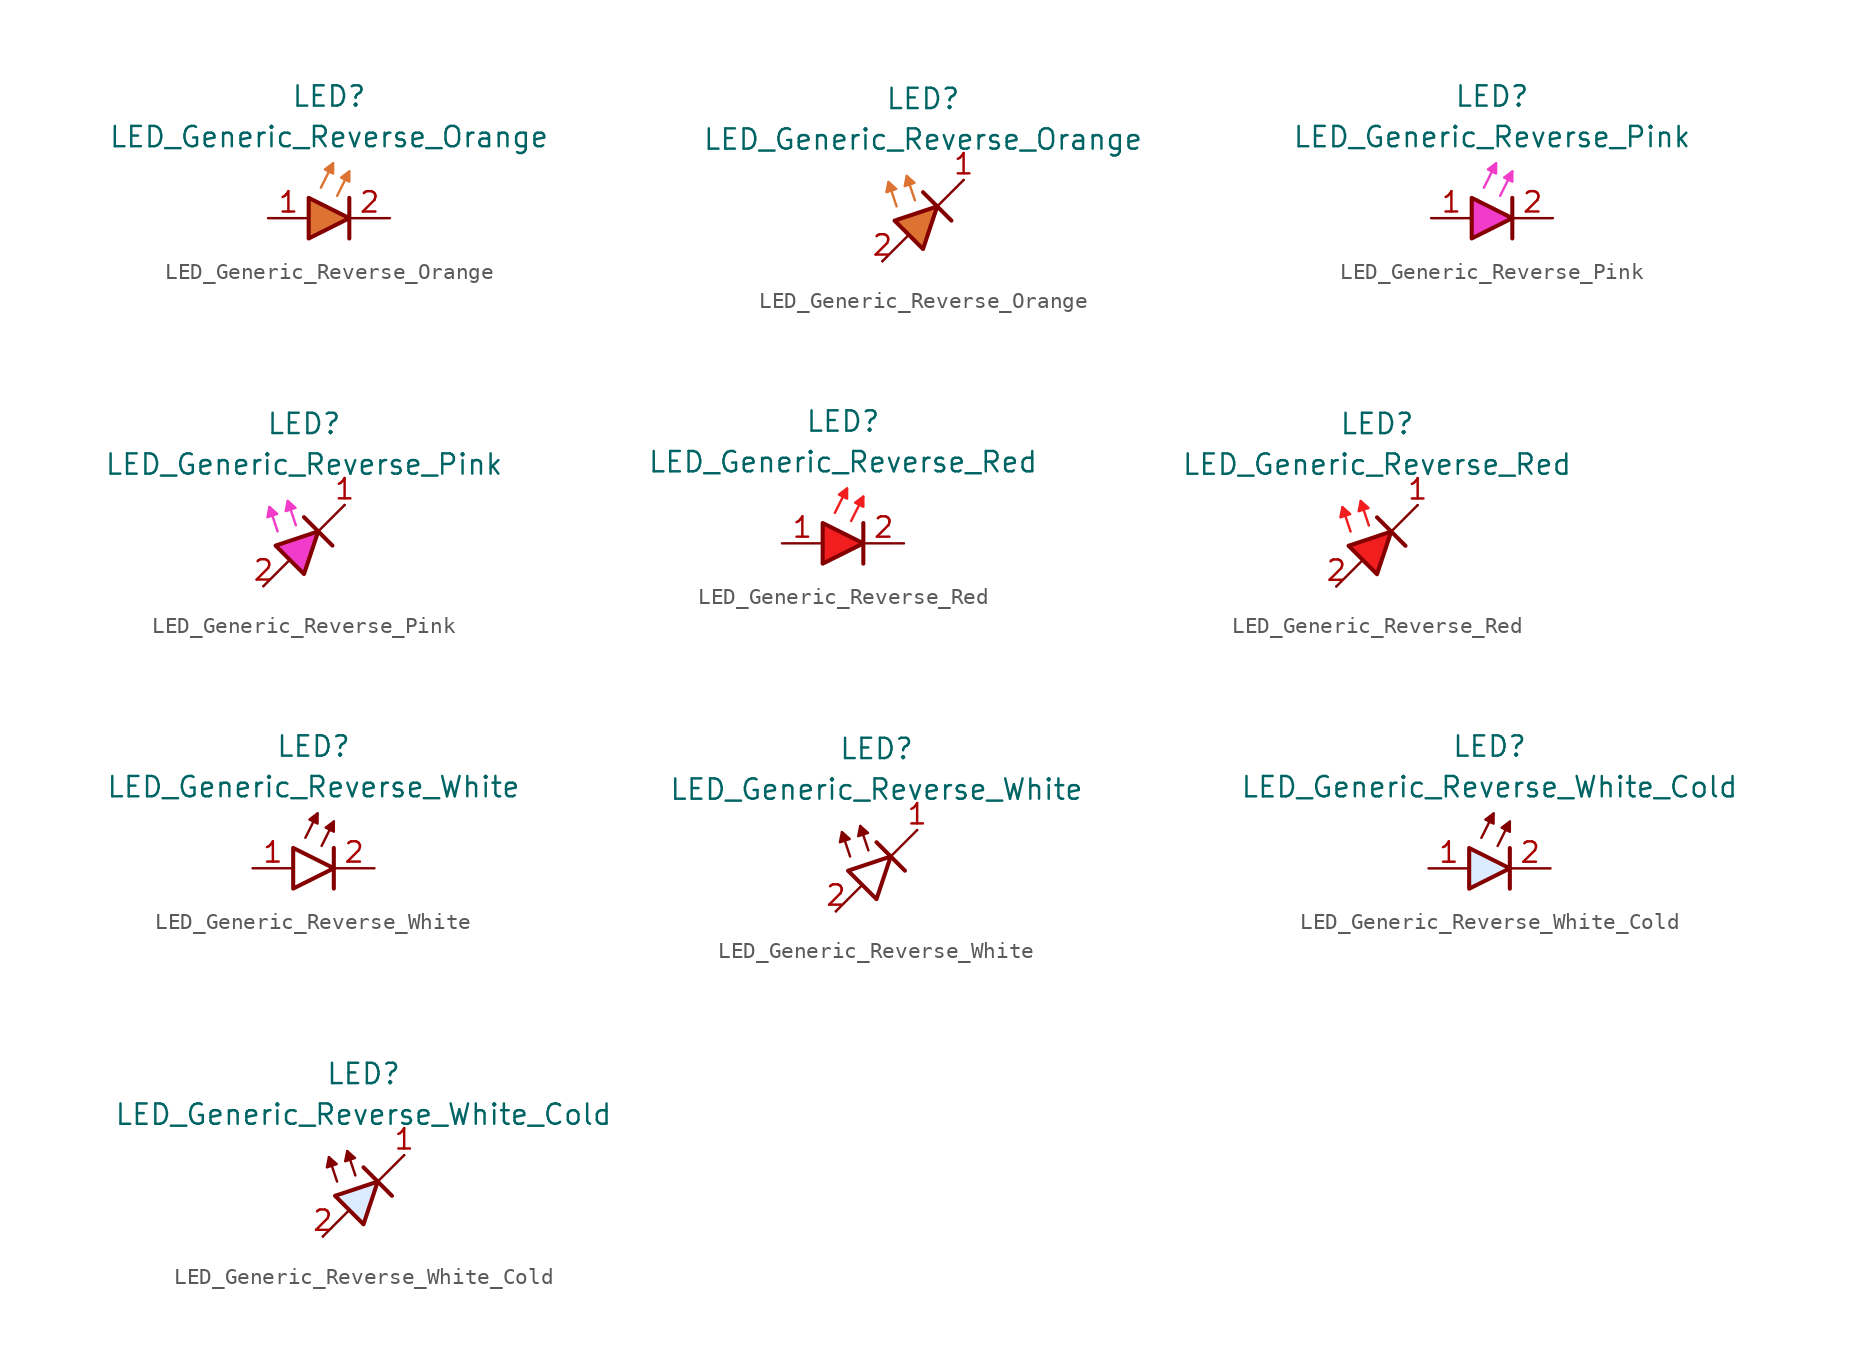
<source format=kicad_sym>
(kicad_symbol_lib
  (version 20231120)
  (generator "kicad_symbol_editor")
  (generator_version "8.0")
  (symbol "LED_Generic_Reverse_Orange"
    (pin_names
      (offset 1.016) hide)
    (property "Reference" "LED"
      (at 0 7.62 0)
      (effects (font (size 1.27 1.27))))
    (property "Value" "LED_Generic_Reverse_Orange"
      (at 0 5.08 0)
      (effects (font (size 1.27 1.27))))
    (symbol "LED_Generic_Reverse_Orange_0_1"
      (polyline (pts (xy -0.508 1.905) (xy 0.254 3.429)) (stroke (width 0.152) (type default) (color 220 115 50 1)) (fill (type none)))
      (polyline (pts (xy 0.508 1.397) (xy 1.27 2.921)) (stroke (width 0.152) (type default) (color 220 115 50 1)) (fill (type none)))
      (polyline (pts (xy 1.27 1.27) (xy 1.27 -1.27)) (stroke (width 0.254) (type default)) (fill (type none)))
      (polyline (pts (xy -1.27 1.27) (xy -1.27 -1.27) (xy 1.27 0) (xy -1.27 1.27)) (stroke (width 0.254) (type default)) (fill (type color) (color 220 115 50 1)))
      (polyline (pts (xy 1.27 2.286) (xy 0.762 2.54) (xy 1.27 2.921) (xy 1.27 2.286)) (stroke (width 0.152) (type default) (color 220 115 50 1)) (fill (type outline))))
    (symbol "LED_Generic_Reverse_Orange_0_2"
      (polyline (pts (xy -2.54 -2.54) (xy -0.889 -0.889)) (stroke (width 0) (type default)) (fill (type none)))
      (polyline (pts (xy -1.651 0.889) (xy -2.159 2.413)) (stroke (width 0) (type default) (color 220 115 50 1)) (fill (type none)))
      (polyline (pts (xy -0.508 1.27) (xy -1.016 2.794)) (stroke (width 0) (type default) (color 220 115 50 1)) (fill (type none)))
      (polyline (pts (xy 0 1.778) (xy 1.778 0)) (stroke (width 0.254) (type default)) (fill (type none)))
      (polyline (pts (xy 0.889 0.889) (xy 2.54 2.54)) (stroke (width 0) (type default)) (fill (type none)))
      (polyline (pts (xy -0.889 -0.889) (xy -1.778 0) (xy 0.889 0.889) (xy 0 -1.778) (xy -0.889 -0.889)) (stroke (width 0.254) (type default)) (fill (type color) (color 220 115 50 1))))
    (symbol "LED_Generic_Reverse_Orange_1_1"
      (polyline (pts (xy 0.254 2.794) (xy -0.254 3.048) (xy 0.254 3.429) (xy 0.254 2.794)) (stroke (width 0) (type solid) (color 220 115 50 1)) (fill (type outline)))
      (pin passive line (at -3.81 0 0) (length 2.54) (name "A" (effects (font (size 1.27 1.27)))) (number "1" (effects (font (size 1.27 1.27)))))
      (pin passive line (at 3.81 0 180) (length 2.54) (name "K" (effects (font (size 1.27 1.27)))) (number "2" (effects (font (size 1.27 1.27))))))
    (symbol "LED_Generic_Reverse_Orange_1_2"
      (polyline (pts (xy -2.159 2.413) (xy -2.286 1.778) (xy -1.676 1.981) (xy -2.159 2.413)) (stroke (width 0) (type default) (color 220 115 50 1)) (fill (type outline)))
      (polyline (pts (xy -1.016 2.794) (xy -1.143 2.159) (xy -0.533 2.362) (xy -1.016 2.794)) (stroke (width 0) (type default) (color 220 115 50 1)) (fill (type outline)))
      (pin passive line (at 2.54 2.54 180) (length 0) (name "K" (effects (font (size 1.27 1.27)))) (number "1" (effects (font (size 1.27 1.27)))))
      (pin passive line (at -2.54 -2.54 0) (length 0) (name "A" (effects (font (size 1.27 1.27)))) (number "2" (effects (font (size 1.27 1.27)))))))
  (symbol "LED_Generic_Reverse_Pink"
    (pin_names
      (offset 1.016) hide)
    (property "Reference" "LED"
      (at 0 7.62 0)
      (effects (font (size 1.27 1.27))))
    (property "Value" "LED_Generic_Reverse_Pink"
      (at 0 5.08 0)
      (effects (font (size 1.27 1.27))))
    (symbol "LED_Generic_Reverse_Pink_0_1"
      (polyline (pts (xy -0.508 1.905) (xy 0.254 3.429)) (stroke (width 0.152) (type default) (color 240 60 200 1)) (fill (type none)))
      (polyline (pts (xy 0.508 1.397) (xy 1.27 2.921)) (stroke (width 0.152) (type default) (color 240 60 200 1)) (fill (type none)))
      (polyline (pts (xy 1.27 1.27) (xy 1.27 -1.27)) (stroke (width 0.254) (type default)) (fill (type none)))
      (polyline (pts (xy -1.27 1.27) (xy -1.27 -1.27) (xy 1.27 0) (xy -1.27 1.27)) (stroke (width 0.254) (type default)) (fill (type color) (color 240 60 200 1)))
      (polyline (pts (xy 0.254 2.794) (xy -0.254 3.048) (xy 0.254 3.429) (xy 0.254 2.794)) (stroke (width 0) (type solid) (color 240 60 200 1)) (fill (type outline)))
      (polyline (pts (xy 1.27 2.286) (xy 0.762 2.54) (xy 1.27 2.921) (xy 1.27 2.286)) (stroke (width 0.152) (type default) (color 240 60 200 1)) (fill (type outline))))
    (symbol "LED_Generic_Reverse_Pink_0_2"
      (polyline (pts (xy -2.54 -2.54) (xy -0.889 -0.889)) (stroke (width 0) (type default)) (fill (type none)))
      (polyline (pts (xy -1.651 0.889) (xy -2.159 2.413)) (stroke (width 0) (type default) (color 240 60 200 1)) (fill (type none)))
      (polyline (pts (xy -0.508 1.27) (xy -1.016 2.794)) (stroke (width 0) (type default) (color 240 60 200 1)) (fill (type none)))
      (polyline (pts (xy 0 1.778) (xy 1.778 0)) (stroke (width 0.254) (type default)) (fill (type none)))
      (polyline (pts (xy 0.889 0.889) (xy 2.54 2.54)) (stroke (width 0) (type default)) (fill (type none)))
      (polyline (pts (xy -0.889 -0.889) (xy -1.778 0) (xy 0.889 0.889) (xy 0 -1.778) (xy -0.889 -0.889)) (stroke (width 0.254) (type default)) (fill (type color) (color 240 60 200 1))))
    (symbol "LED_Generic_Reverse_Pink_1_1"
      (pin passive line (at -3.81 0 0) (length 2.54) (name "A" (effects (font (size 1.27 1.27)))) (number "1" (effects (font (size 1.27 1.27)))))
      (pin passive line (at 3.81 0 180) (length 2.54) (name "K" (effects (font (size 1.27 1.27)))) (number "2" (effects (font (size 1.27 1.27))))))
    (symbol "LED_Generic_Reverse_Pink_1_2"
      (polyline (pts (xy -2.159 2.413) (xy -2.286 1.778) (xy -1.676 1.981) (xy -2.159 2.413)) (stroke (width 0) (type default) (color 240 60 200 1)) (fill (type outline)))
      (polyline (pts (xy -1.016 2.794) (xy -1.143 2.159) (xy -0.533 2.362) (xy -1.016 2.794)) (stroke (width 0) (type default) (color 240 60 200 1)) (fill (type outline)))
      (pin passive line (at 2.54 2.54 180) (length 0) (name "K" (effects (font (size 1.27 1.27)))) (number "1" (effects (font (size 1.27 1.27)))))
      (pin passive line (at -2.54 -2.54 0) (length 0) (name "A" (effects (font (size 1.27 1.27)))) (number "2" (effects (font (size 1.27 1.27)))))))
  (symbol "LED_Generic_Reverse_Red"
    (pin_names
      (offset 1.016) hide)
    (property "Reference" "LED"
      (at 0 7.62 0)
      (effects (font (size 1.27 1.27))))
    (property "Value" "LED_Generic_Reverse_Red"
      (at 0 5.08 0)
      (effects (font (size 1.27 1.27))))
    (symbol "LED_Generic_Reverse_Red_0_1"
      (polyline (pts (xy -0.508 1.905) (xy 0.254 3.429)) (stroke (width 0.152) (type default) (color 240 30 30 1)) (fill (type none)))
      (polyline (pts (xy 0.508 1.397) (xy 1.27 2.921)) (stroke (width 0.152) (type default) (color 240 30 30 1)) (fill (type none)))
      (polyline (pts (xy 1.27 1.27) (xy 1.27 -1.27)) (stroke (width 0.254) (type default)) (fill (type none)))
      (polyline (pts (xy -1.27 1.27) (xy -1.27 -1.27) (xy 1.27 0) (xy -1.27 1.27)) (stroke (width 0.254) (type default)) (fill (type color) (color 240 30 30 1)))
      (polyline (pts (xy 0.254 2.794) (xy -0.254 3.048) (xy 0.254 3.429) (xy 0.254 2.794)) (stroke (width 0) (type solid) (color 240 30 30 1)) (fill (type outline)))
      (polyline (pts (xy 1.27 2.286) (xy 0.762 2.54) (xy 1.27 2.921) (xy 1.27 2.286)) (stroke (width 0.152) (type default) (color 240 30 30 1)) (fill (type outline))))
    (symbol "LED_Generic_Reverse_Red_0_2"
      (polyline (pts (xy -2.54 -2.54) (xy -0.889 -0.889)) (stroke (width 0) (type default)) (fill (type none)))
      (polyline (pts (xy -1.651 0.889) (xy -2.159 2.413)) (stroke (width 0) (type default) (color 240 30 30 1)) (fill (type none)))
      (polyline (pts (xy -0.508 1.27) (xy -1.016 2.794)) (stroke (width 0) (type default) (color 240 30 30 1)) (fill (type none)))
      (polyline (pts (xy 0 1.778) (xy 1.778 0)) (stroke (width 0.254) (type default)) (fill (type none)))
      (polyline (pts (xy 0.889 0.889) (xy 2.54 2.54)) (stroke (width 0) (type default)) (fill (type none)))
      (polyline (pts (xy -0.889 -0.889) (xy -1.778 0) (xy 0.889 0.889) (xy 0 -1.778) (xy -0.889 -0.889)) (stroke (width 0.254) (type default)) (fill (type color) (color 240 30 30 1))))
    (symbol "LED_Generic_Reverse_Red_1_1"
      (pin passive line (at -3.81 0 0) (length 2.54) (name "A" (effects (font (size 1.27 1.27)))) (number "1" (effects (font (size 1.27 1.27)))))
      (pin passive line (at 3.81 0 180) (length 2.54) (name "K" (effects (font (size 1.27 1.27)))) (number "2" (effects (font (size 1.27 1.27))))))
    (symbol "LED_Generic_Reverse_Red_1_2"
      (polyline (pts (xy -2.159 2.413) (xy -2.286 1.778) (xy -1.676 1.981) (xy -2.159 2.413)) (stroke (width 0) (type default) (color 240 30 30 1)) (fill (type outline)))
      (polyline (pts (xy -1.016 2.794) (xy -1.143 2.159) (xy -0.533 2.362) (xy -1.016 2.794)) (stroke (width 0) (type default) (color 240 30 30 1)) (fill (type outline)))
      (pin passive line (at 2.54 2.54 180) (length 0) (name "K" (effects (font (size 1.27 1.27)))) (number "1" (effects (font (size 1.27 1.27)))))
      (pin passive line (at -2.54 -2.54 0) (length 0) (name "A" (effects (font (size 1.27 1.27)))) (number "2" (effects (font (size 1.27 1.27)))))))
  (symbol "LED_Generic_Reverse_White"
    (pin_names
      (offset 1.016) hide)
    (property "Reference" "LED"
      (at 0 7.62 0)
      (effects (font (size 1.27 1.27))))
    (property "Value" "LED_Generic_Reverse_White"
      (at 0 5.08 0)
      (effects (font (size 1.27 1.27))))
    (symbol "LED_Generic_Reverse_White_0_1"
      (polyline (pts (xy -0.508 1.905) (xy 0.254 3.429)) (stroke (width 0.152) (type default)) (fill (type none)))
      (polyline (pts (xy 0.508 1.397) (xy 1.27 2.921)) (stroke (width 0.152) (type default)) (fill (type none)))
      (polyline (pts (xy 1.27 1.27) (xy 1.27 -1.27)) (stroke (width 0.254) (type default)) (fill (type none)))
      (polyline (pts (xy -1.27 1.27) (xy -1.27 -1.27) (xy 1.27 0) (xy -1.27 1.27)) (stroke (width 0.254) (type default)) (fill (type color) (color 255 255 255 1)))
      (polyline (pts (xy 0.254 2.794) (xy -0.254 3.048) (xy 0.254 3.429) (xy 0.254 2.794)) (stroke (width 0) (type solid)) (fill (type outline)))
      (polyline (pts (xy 1.27 2.286) (xy 0.762 2.54) (xy 1.27 2.921) (xy 1.27 2.286)) (stroke (width 0.152) (type default)) (fill (type outline))))
    (symbol "LED_Generic_Reverse_White_0_2"
      (polyline (pts (xy -2.54 -2.54) (xy -0.889 -0.889)) (stroke (width 0) (type default)) (fill (type none)))
      (polyline (pts (xy -1.651 0.889) (xy -2.159 2.413)) (stroke (width 0) (type default)) (fill (type none)))
      (polyline (pts (xy -0.508 1.27) (xy -1.016 2.794)) (stroke (width 0) (type default)) (fill (type none)))
      (polyline (pts (xy 0 1.778) (xy 1.778 0)) (stroke (width 0.254) (type default)) (fill (type none)))
      (polyline (pts (xy 0.889 0.889) (xy 2.54 2.54)) (stroke (width 0) (type default)) (fill (type none)))
      (polyline (pts (xy -2.159 2.413) (xy -2.286 1.778) (xy -1.676 1.981) (xy -2.159 2.413)) (stroke (width 0) (type default)) (fill (type outline)))
      (polyline (pts (xy -1.016 2.794) (xy -1.143 2.159) (xy -0.533 2.362) (xy -1.016 2.794)) (stroke (width 0) (type default)) (fill (type outline)))
      (polyline (pts (xy -0.889 -0.889) (xy -1.778 0) (xy 0.889 0.889) (xy 0 -1.778) (xy -0.889 -0.889)) (stroke (width 0.254) (type default)) (fill (type color) (color 255 255 255 1))))
    (symbol "LED_Generic_Reverse_White_1_1"
      (pin passive line (at -3.81 0 0) (length 2.54) (name "A" (effects (font (size 1.27 1.27)))) (number "1" (effects (font (size 1.27 1.27)))))
      (pin passive line (at 3.81 0 180) (length 2.54) (name "K" (effects (font (size 1.27 1.27)))) (number "2" (effects (font (size 1.27 1.27))))))
    (symbol "LED_Generic_Reverse_White_1_2"
      (pin passive line (at 2.54 2.54 180) (length 0) (name "K" (effects (font (size 1.27 1.27)))) (number "1" (effects (font (size 1.27 1.27)))))
      (pin passive line (at -2.54 -2.54 0) (length 0) (name "A" (effects (font (size 1.27 1.27)))) (number "2" (effects (font (size 1.27 1.27)))))))
  (symbol "LED_Generic_Reverse_White_Cold"
    (pin_names
      (offset 1.016) hide)
    (property "Reference" "LED"
      (at 0 7.62 0)
      (effects (font (size 1.27 1.27))))
    (property "Value" "LED_Generic_Reverse_White_Cold"
      (at 0 5.08 0)
      (effects (font (size 1.27 1.27))))
    (symbol "LED_Generic_Reverse_White_Cold_0_1"
      (polyline (pts (xy -0.508 1.905) (xy 0.254 3.429)) (stroke (width 0.152) (type default)) (fill (type none)))
      (polyline (pts (xy 0.508 1.397) (xy 1.27 2.921)) (stroke (width 0.152) (type default)) (fill (type none)))
      (polyline (pts (xy 1.27 1.27) (xy 1.27 -1.27)) (stroke (width 0.254) (type default)) (fill (type none)))
      (polyline (pts (xy -1.27 1.27) (xy -1.27 -1.27) (xy 1.27 0) (xy -1.27 1.27)) (stroke (width 0.254) (type default)) (fill (type color) (color 220 235 255 1)))
      (polyline (pts (xy 0.254 2.794) (xy -0.254 3.048) (xy 0.254 3.429) (xy 0.254 2.794)) (stroke (width 0) (type solid)) (fill (type outline)))
      (polyline (pts (xy 1.27 2.286) (xy 0.762 2.54) (xy 1.27 2.921) (xy 1.27 2.286)) (stroke (width 0.152) (type default)) (fill (type outline))))
    (symbol "LED_Generic_Reverse_White_Cold_0_2"
      (polyline (pts (xy -2.54 -2.54) (xy -0.889 -0.889)) (stroke (width 0) (type default)) (fill (type none)))
      (polyline (pts (xy -1.651 0.889) (xy -2.159 2.413)) (stroke (width 0) (type default)) (fill (type none)))
      (polyline (pts (xy -0.508 1.27) (xy -1.016 2.794)) (stroke (width 0) (type default)) (fill (type none)))
      (polyline (pts (xy 0 1.778) (xy 1.778 0)) (stroke (width 0.254) (type default)) (fill (type none)))
      (polyline (pts (xy 0.889 0.889) (xy 2.54 2.54)) (stroke (width 0) (type default)) (fill (type none)))
      (polyline (pts (xy -2.159 2.413) (xy -2.286 1.778) (xy -1.676 1.981) (xy -2.159 2.413)) (stroke (width 0) (type default)) (fill (type outline)))
      (polyline (pts (xy -1.016 2.794) (xy -1.143 2.159) (xy -0.533 2.362) (xy -1.016 2.794)) (stroke (width 0) (type default)) (fill (type outline)))
      (polyline (pts (xy -0.889 -0.889) (xy -1.778 0) (xy 0.889 0.889) (xy 0 -1.778) (xy -0.889 -0.889)) (stroke (width 0.254) (type default)) (fill (type color) (color 220 235 255 1))))
    (symbol "LED_Generic_Reverse_White_Cold_1_1"
      (pin passive line (at -3.81 0 0) (length 2.54) (name "A" (effects (font (size 1.27 1.27)))) (number "1" (effects (font (size 1.27 1.27)))))
      (pin passive line (at 3.81 0 180) (length 2.54) (name "K" (effects (font (size 1.27 1.27)))) (number "2" (effects (font (size 1.27 1.27))))))
    (symbol "LED_Generic_Reverse_White_Cold_1_2"
      (pin passive line (at 2.54 2.54 180) (length 0) (name "K" (effects (font (size 1.27 1.27)))) (number "1" (effects (font (size 1.27 1.27)))))
      (pin passive line (at -2.54 -2.54 0) (length 0) (name "A" (effects (font (size 1.27 1.27)))) (number "2" (effects (font (size 1.27 1.27))))))))
</source>
